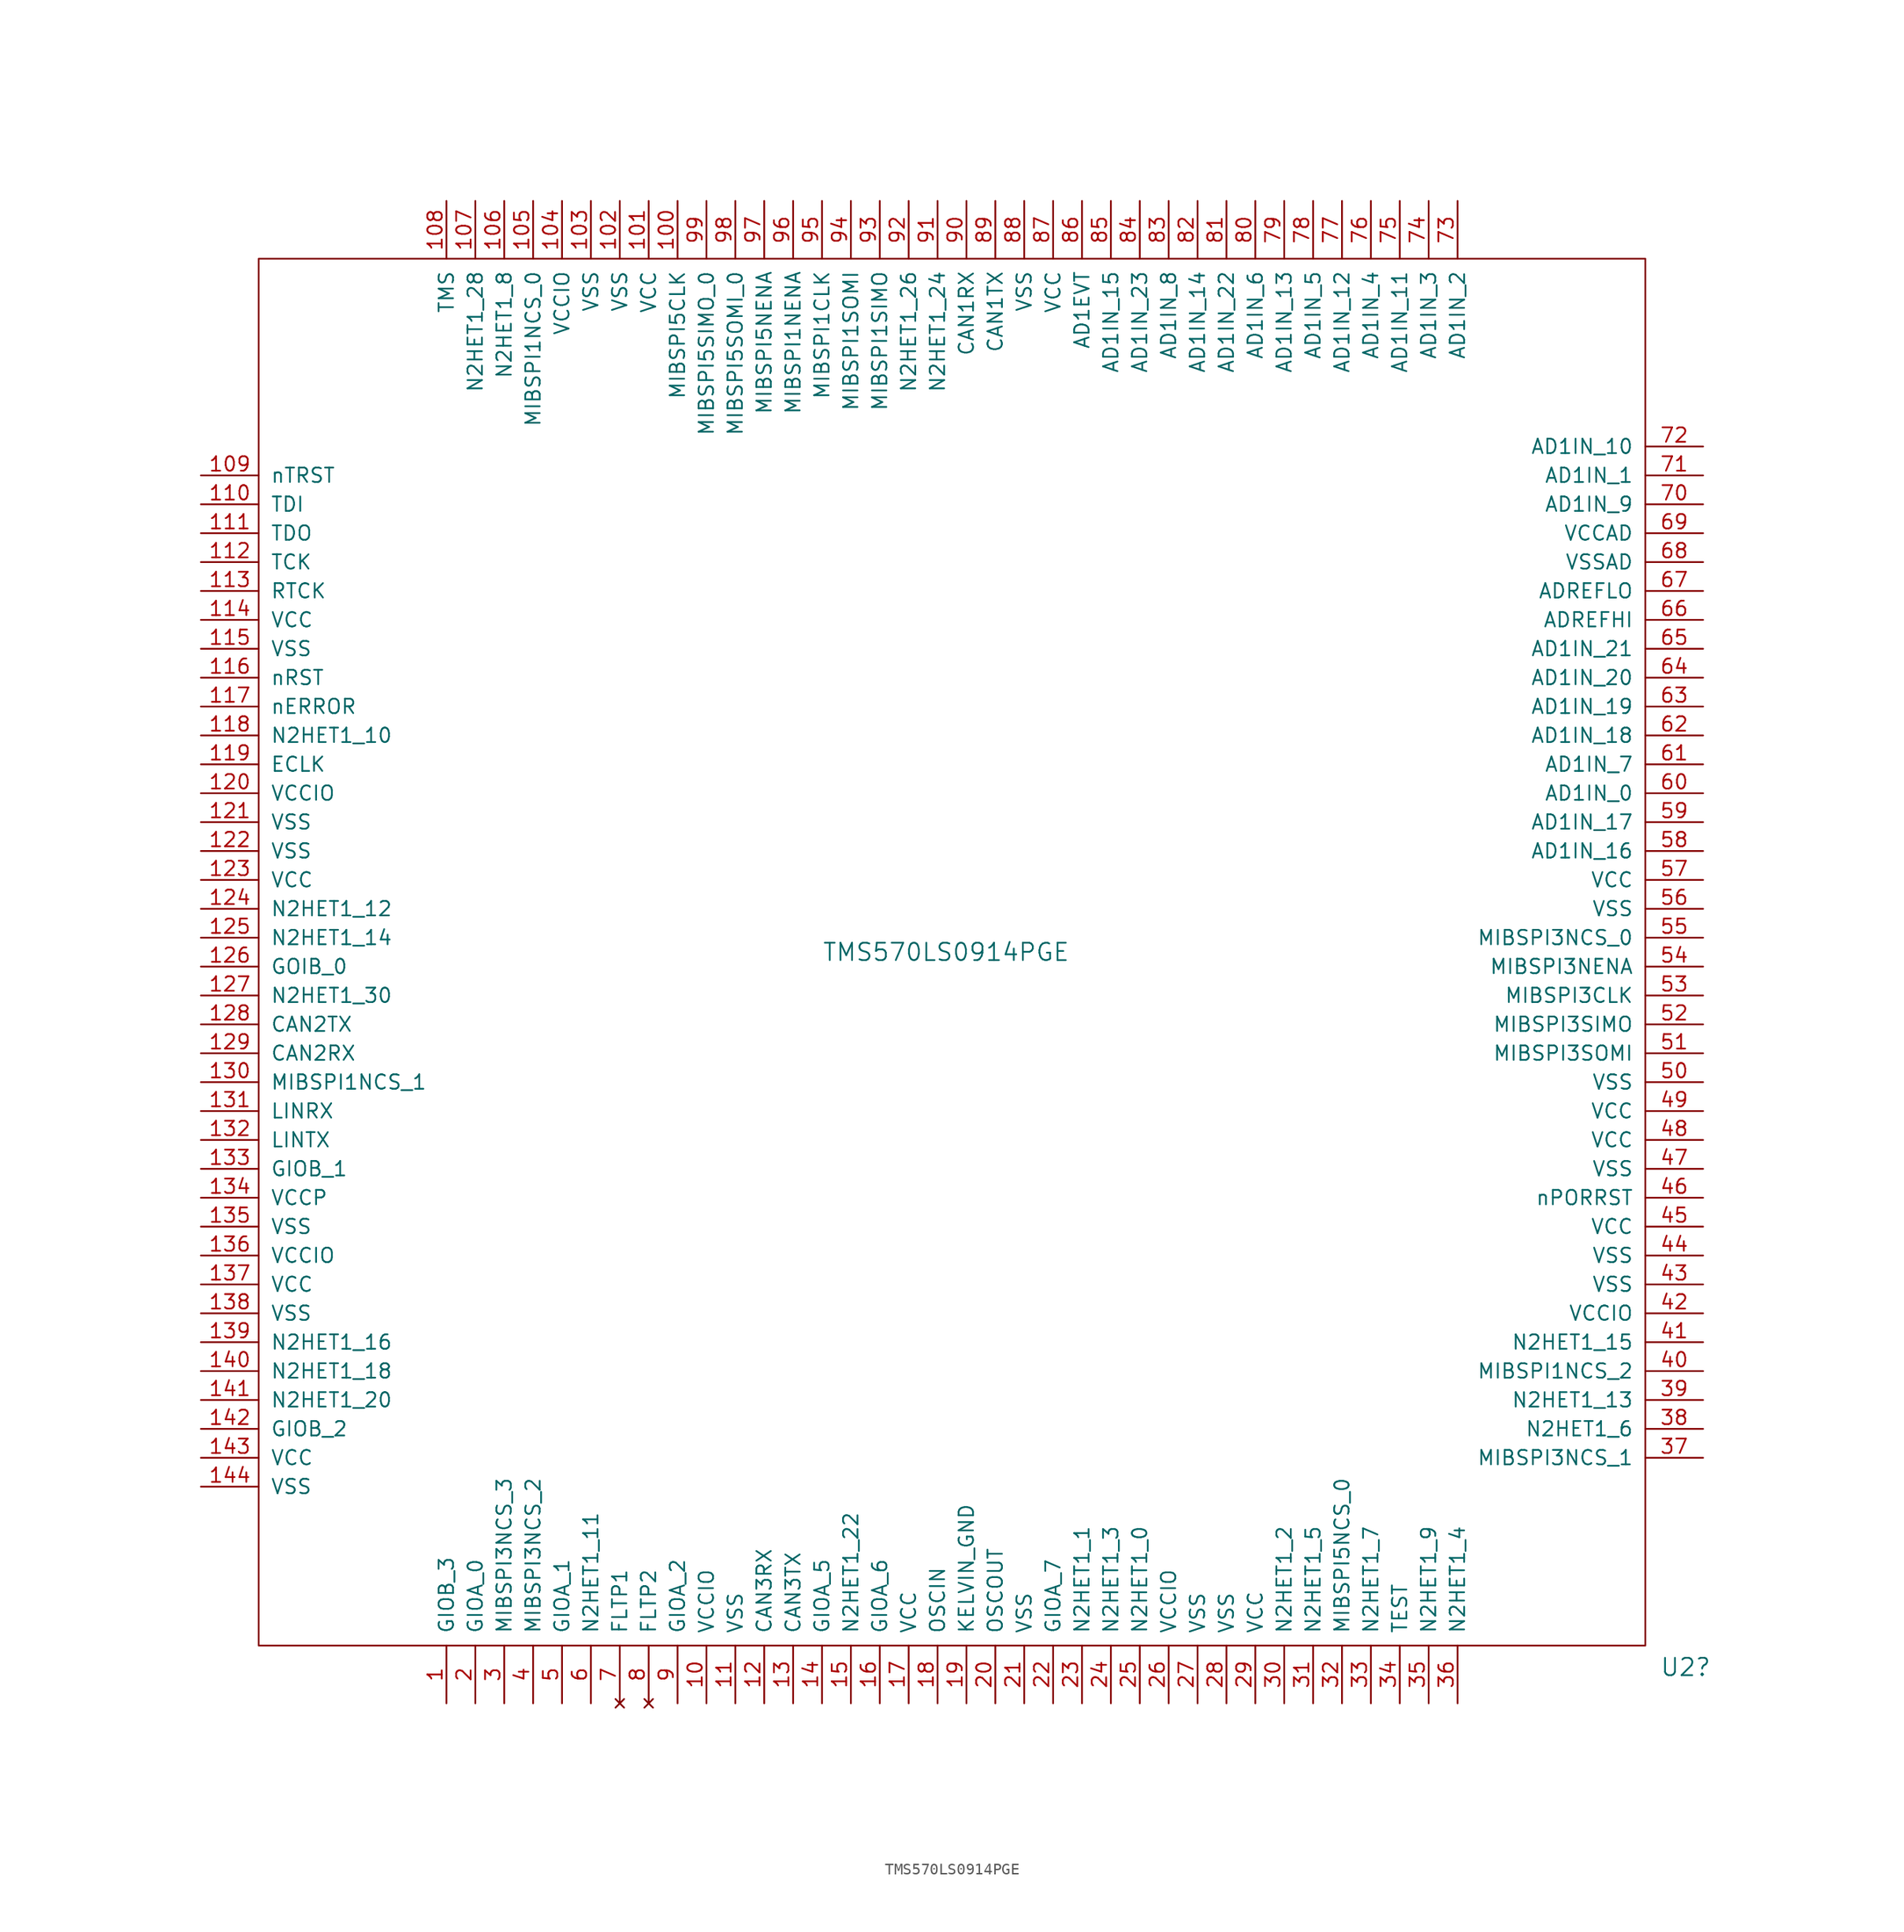
<source format=kicad_sym>
(kicad_symbol_lib
  (version 20241209)
  (generator "kicad_symbol_editor")
  (generator_version "9.0")
  (symbol "TMS570LS0914PGE"
    (pin_names
      (offset 1.016))
    (property "Reference" "U2"
      (at 62.23 -62.865 0)
      (effects (font (size 1.524 1.524)) (justify left)))
    (property "Value" "TMS570LS0914PGE"
      (at -11.43 0 0)
      (effects (font (size 1.524 1.524)) (justify left)))
    (symbol "TMS570LS0914PGE_0_1"
      (rectangle (start -60.96 -60.96) (end 60.96 60.96) (stroke (width 0) (type default)) (fill (type none))))
    (symbol "TMS570LS0914PGE_1_1"
      (pin input line (at -66.04 41.91 0) (length 5.08) (name "nTRST" (effects (font (size 1.27 1.27)))) (number "109" (effects (font (size 1.27 1.27)))))
      (pin input line (at -66.04 39.37 0) (length 5.08) (name "TDI" (effects (font (size 1.27 1.27)))) (number "110" (effects (font (size 1.27 1.27)))))
      (pin output line (at -66.04 36.83 0) (length 5.08) (name "TDO" (effects (font (size 1.27 1.27)))) (number "111" (effects (font (size 1.27 1.27)))))
      (pin input line (at -66.04 34.29 0) (length 5.08) (name "TCK" (effects (font (size 1.27 1.27)))) (number "112" (effects (font (size 1.27 1.27)))))
      (pin output line (at -66.04 31.75 0) (length 5.08) (name "RTCK" (effects (font (size 1.27 1.27)))) (number "113" (effects (font (size 1.27 1.27)))))
      (pin input line (at -66.04 29.21 0) (length 5.08) (name "VCC" (effects (font (size 1.27 1.27)))) (number "114" (effects (font (size 1.27 1.27)))))
      (pin input line (at -66.04 26.67 0) (length 5.08) (name "VSS" (effects (font (size 1.27 1.27)))) (number "115" (effects (font (size 1.27 1.27)))))
      (pin input line (at -66.04 24.13 0) (length 5.08) (name "nRST" (effects (font (size 1.27 1.27)))) (number "116" (effects (font (size 1.27 1.27)))))
      (pin open_collector line (at -66.04 21.59 0) (length 5.08) (name "nERROR" (effects (font (size 1.27 1.27)))) (number "117" (effects (font (size 1.27 1.27)))))
      (pin bidirectional line (at -66.04 19.05 0) (length 5.08) (name "N2HET1_10" (effects (font (size 1.27 1.27)))) (number "118" (effects (font (size 1.27 1.27)))))
      (pin input line (at -66.04 16.51 0) (length 5.08) (name "ECLK" (effects (font (size 1.27 1.27)))) (number "119" (effects (font (size 1.27 1.27)))))
      (pin input line (at -66.04 13.97 0) (length 5.08) (name "VCCIO" (effects (font (size 1.27 1.27)))) (number "120" (effects (font (size 1.27 1.27)))))
      (pin input line (at -66.04 11.43 0) (length 5.08) (name "VSS" (effects (font (size 1.27 1.27)))) (number "121" (effects (font (size 1.27 1.27)))))
      (pin input line (at -66.04 8.89 0) (length 5.08) (name "VSS" (effects (font (size 1.27 1.27)))) (number "122" (effects (font (size 1.27 1.27)))))
      (pin input line (at -66.04 6.35 0) (length 5.08) (name "VCC" (effects (font (size 1.27 1.27)))) (number "123" (effects (font (size 1.27 1.27)))))
      (pin bidirectional line (at -66.04 3.81 0) (length 5.08) (name "N2HET1_12" (effects (font (size 1.27 1.27)))) (number "124" (effects (font (size 1.27 1.27)))))
      (pin bidirectional line (at -66.04 1.27 0) (length 5.08) (name "N2HET1_14" (effects (font (size 1.27 1.27)))) (number "125" (effects (font (size 1.27 1.27)))))
      (pin bidirectional line (at -66.04 -1.27 0) (length 5.08) (name "GOIB_0" (effects (font (size 1.27 1.27)))) (number "126" (effects (font (size 1.27 1.27)))))
      (pin bidirectional line (at -66.04 -3.81 0) (length 5.08) (name "N2HET1_30" (effects (font (size 1.27 1.27)))) (number "127" (effects (font (size 1.27 1.27)))))
      (pin output line (at -66.04 -6.35 0) (length 5.08) (name "CAN2TX" (effects (font (size 1.27 1.27)))) (number "128" (effects (font (size 1.27 1.27)))))
      (pin input line (at -66.04 -8.89 0) (length 5.08) (name "CAN2RX" (effects (font (size 1.27 1.27)))) (number "129" (effects (font (size 1.27 1.27)))))
      (pin bidirectional line (at -66.04 -11.43 0) (length 5.08) (name "MIBSPI1NCS_1" (effects (font (size 1.27 1.27)))) (number "130" (effects (font (size 1.27 1.27)))))
      (pin input line (at -66.04 -13.97 0) (length 5.08) (name "LINRX" (effects (font (size 1.27 1.27)))) (number "131" (effects (font (size 1.27 1.27)))))
      (pin output line (at -66.04 -16.51 0) (length 5.08) (name "LINTX" (effects (font (size 1.27 1.27)))) (number "132" (effects (font (size 1.27 1.27)))))
      (pin bidirectional line (at -66.04 -19.05 0) (length 5.08) (name "GIOB_1" (effects (font (size 1.27 1.27)))) (number "133" (effects (font (size 1.27 1.27)))))
      (pin input line (at -66.04 -21.59 0) (length 5.08) (name "VCCP" (effects (font (size 1.27 1.27)))) (number "134" (effects (font (size 1.27 1.27)))))
      (pin input line (at -66.04 -24.13 0) (length 5.08) (name "VSS" (effects (font (size 1.27 1.27)))) (number "135" (effects (font (size 1.27 1.27)))))
      (pin input line (at -66.04 -26.67 0) (length 5.08) (name "VCCIO" (effects (font (size 1.27 1.27)))) (number "136" (effects (font (size 1.27 1.27)))))
      (pin input line (at -66.04 -29.21 0) (length 5.08) (name "VCC" (effects (font (size 1.27 1.27)))) (number "137" (effects (font (size 1.27 1.27)))))
      (pin input line (at -66.04 -31.75 0) (length 5.08) (name "VSS" (effects (font (size 1.27 1.27)))) (number "138" (effects (font (size 1.27 1.27)))))
      (pin bidirectional line (at -66.04 -34.29 0) (length 5.08) (name "N2HET1_16" (effects (font (size 1.27 1.27)))) (number "139" (effects (font (size 1.27 1.27)))))
      (pin bidirectional line (at -66.04 -36.83 0) (length 5.08) (name "N2HET1_18" (effects (font (size 1.27 1.27)))) (number "140" (effects (font (size 1.27 1.27)))))
      (pin bidirectional line (at -66.04 -39.37 0) (length 5.08) (name "N2HET1_20" (effects (font (size 1.27 1.27)))) (number "141" (effects (font (size 1.27 1.27)))))
      (pin bidirectional line (at -66.04 -41.91 0) (length 5.08) (name "GIOB_2" (effects (font (size 1.27 1.27)))) (number "142" (effects (font (size 1.27 1.27)))))
      (pin input line (at -66.04 -44.45 0) (length 5.08) (name "VCC" (effects (font (size 1.27 1.27)))) (number "143" (effects (font (size 1.27 1.27)))))
      (pin input line (at -66.04 -46.99 0) (length 5.08) (name "VSS" (effects (font (size 1.27 1.27)))) (number "144" (effects (font (size 1.27 1.27)))))
      (pin input line (at -44.45 66.04 270) (length 5.08) (name "TMS" (effects (font (size 1.27 1.27)))) (number "108" (effects (font (size 1.27 1.27)))))
      (pin bidirectional line (at -44.45 -66.04 90) (length 5.08) (name "GIOB_3" (effects (font (size 1.27 1.27)))) (number "1" (effects (font (size 1.27 1.27)))))
      (pin bidirectional line (at -41.91 66.04 270) (length 5.08) (name "N2HET1_28" (effects (font (size 1.27 1.27)))) (number "107" (effects (font (size 1.27 1.27)))))
      (pin bidirectional line (at -41.91 -66.04 90) (length 5.08) (name "GIOA_0" (effects (font (size 1.27 1.27)))) (number "2" (effects (font (size 1.27 1.27)))))
      (pin bidirectional line (at -39.37 66.04 270) (length 5.08) (name "N2HET1_8" (effects (font (size 1.27 1.27)))) (number "106" (effects (font (size 1.27 1.27)))))
      (pin bidirectional line (at -39.37 -66.04 90) (length 5.08) (name "MIBSPI3NCS_3" (effects (font (size 1.27 1.27)))) (number "3" (effects (font (size 1.27 1.27)))))
      (pin bidirectional line (at -36.83 66.04 270) (length 5.08) (name "MIBSPI1NCS_0" (effects (font (size 1.27 1.27)))) (number "105" (effects (font (size 1.27 1.27)))))
      (pin bidirectional line (at -36.83 -66.04 90) (length 5.08) (name "MIBSPI3NCS_2" (effects (font (size 1.27 1.27)))) (number "4" (effects (font (size 1.27 1.27)))))
      (pin input line (at -34.29 66.04 270) (length 5.08) (name "VCCIO" (effects (font (size 1.27 1.27)))) (number "104" (effects (font (size 1.27 1.27)))))
      (pin bidirectional line (at -34.29 -66.04 90) (length 5.08) (name "GIOA_1" (effects (font (size 1.27 1.27)))) (number "5" (effects (font (size 1.27 1.27)))))
      (pin input line (at -31.75 66.04 270) (length 5.08) (name "VSS" (effects (font (size 1.27 1.27)))) (number "103" (effects (font (size 1.27 1.27)))))
      (pin bidirectional line (at -31.75 -66.04 90) (length 5.08) (name "N2HET1_11" (effects (font (size 1.27 1.27)))) (number "6" (effects (font (size 1.27 1.27)))))
      (pin input line (at -29.21 66.04 270) (length 5.08) (name "VSS" (effects (font (size 1.27 1.27)))) (number "102" (effects (font (size 1.27 1.27)))))
      (pin no_connect line (at -29.21 -66.04 90) (length 5.08) (name "FLTP1" (effects (font (size 1.27 1.27)))) (number "7" (effects (font (size 1.27 1.27)))))
      (pin input line (at -26.67 66.04 270) (length 5.08) (name "VCC" (effects (font (size 1.27 1.27)))) (number "101" (effects (font (size 1.27 1.27)))))
      (pin no_connect line (at -26.67 -66.04 90) (length 5.08) (name "FLTP2" (effects (font (size 1.27 1.27)))) (number "8" (effects (font (size 1.27 1.27)))))
      (pin bidirectional line (at -24.13 66.04 270) (length 5.08) (name "MIBSPI5CLK" (effects (font (size 1.27 1.27)))) (number "100" (effects (font (size 1.27 1.27)))))
      (pin bidirectional line (at -24.13 -66.04 90) (length 5.08) (name "GIOA_2" (effects (font (size 1.27 1.27)))) (number "9" (effects (font (size 1.27 1.27)))))
      (pin bidirectional line (at -21.59 66.04 270) (length 5.08) (name "MIBSPI5SIMO_0" (effects (font (size 1.27 1.27)))) (number "99" (effects (font (size 1.27 1.27)))))
      (pin power_in line (at -21.59 -66.04 90) (length 5.08) (name "VCCIO" (effects (font (size 1.27 1.27)))) (number "10" (effects (font (size 1.27 1.27)))))
      (pin bidirectional line (at -19.05 66.04 270) (length 5.08) (name "MIBSPI5SOMI_0" (effects (font (size 1.27 1.27)))) (number "98" (effects (font (size 1.27 1.27)))))
      (pin passive line (at -19.05 -66.04 90) (length 5.08) (name "VSS" (effects (font (size 1.27 1.27)))) (number "11" (effects (font (size 1.27 1.27)))))
      (pin bidirectional line (at -16.51 66.04 270) (length 5.08) (name "MIBSPI5NENA" (effects (font (size 1.27 1.27)))) (number "97" (effects (font (size 1.27 1.27)))))
      (pin input line (at -16.51 -66.04 90) (length 5.08) (name "CAN3RX" (effects (font (size 1.27 1.27)))) (number "12" (effects (font (size 1.27 1.27)))))
      (pin bidirectional line (at -13.97 66.04 270) (length 5.08) (name "MIBSPI1NENA" (effects (font (size 1.27 1.27)))) (number "96" (effects (font (size 1.27 1.27)))))
      (pin output line (at -13.97 -66.04 90) (length 5.08) (name "CAN3TX" (effects (font (size 1.27 1.27)))) (number "13" (effects (font (size 1.27 1.27)))))
      (pin bidirectional line (at -11.43 66.04 270) (length 5.08) (name "MIBSPI1CLK" (effects (font (size 1.27 1.27)))) (number "95" (effects (font (size 1.27 1.27)))))
      (pin bidirectional line (at -11.43 -66.04 90) (length 5.08) (name "GIOA_5" (effects (font (size 1.27 1.27)))) (number "14" (effects (font (size 1.27 1.27)))))
      (pin bidirectional line (at -8.89 66.04 270) (length 5.08) (name "MIBSPI1SOMI" (effects (font (size 1.27 1.27)))) (number "94" (effects (font (size 1.27 1.27)))))
      (pin bidirectional line (at -8.89 -66.04 90) (length 5.08) (name "N2HET1_22" (effects (font (size 1.27 1.27)))) (number "15" (effects (font (size 1.27 1.27)))))
      (pin bidirectional line (at -6.35 66.04 270) (length 5.08) (name "MIBSPI1SIMO" (effects (font (size 1.27 1.27)))) (number "93" (effects (font (size 1.27 1.27)))))
      (pin bidirectional line (at -6.35 -66.04 90) (length 5.08) (name "GIOA_6" (effects (font (size 1.27 1.27)))) (number "16" (effects (font (size 1.27 1.27)))))
      (pin bidirectional line (at -3.81 66.04 270) (length 5.08) (name "N2HET1_26" (effects (font (size 1.27 1.27)))) (number "92" (effects (font (size 1.27 1.27)))))
      (pin power_in line (at -3.81 -66.04 90) (length 5.08) (name "VCC" (effects (font (size 1.27 1.27)))) (number "17" (effects (font (size 1.27 1.27)))))
      (pin bidirectional line (at -1.27 66.04 270) (length 5.08) (name "N2HET1_24" (effects (font (size 1.27 1.27)))) (number "91" (effects (font (size 1.27 1.27)))))
      (pin passive line (at -1.27 -66.04 90) (length 5.08) (name "OSCIN" (effects (font (size 1.27 1.27)))) (number "18" (effects (font (size 1.27 1.27)))))
      (pin bidirectional line (at 1.27 66.04 270) (length 5.08) (name "CAN1RX" (effects (font (size 1.27 1.27)))) (number "90" (effects (font (size 1.27 1.27)))))
      (pin passive line (at 1.27 -66.04 90) (length 5.08) (name "KELVIN_GND" (effects (font (size 1.27 1.27)))) (number "19" (effects (font (size 1.27 1.27)))))
      (pin bidirectional line (at 3.81 66.04 270) (length 5.08) (name "CAN1TX" (effects (font (size 1.27 1.27)))) (number "89" (effects (font (size 1.27 1.27)))))
      (pin passive line (at 3.81 -66.04 90) (length 5.08) (name "OSCOUT" (effects (font (size 1.27 1.27)))) (number "20" (effects (font (size 1.27 1.27)))))
      (pin power_in line (at 6.35 66.04 270) (length 5.08) (name "VSS" (effects (font (size 1.27 1.27)))) (number "88" (effects (font (size 1.27 1.27)))))
      (pin passive line (at 6.35 -66.04 90) (length 5.08) (name "VSS" (effects (font (size 1.27 1.27)))) (number "21" (effects (font (size 1.27 1.27)))))
      (pin power_in line (at 8.89 66.04 270) (length 5.08) (name "VCC" (effects (font (size 1.27 1.27)))) (number "87" (effects (font (size 1.27 1.27)))))
      (pin bidirectional line (at 8.89 -66.04 90) (length 5.08) (name "GIOA_7" (effects (font (size 1.27 1.27)))) (number "22" (effects (font (size 1.27 1.27)))))
      (pin bidirectional line (at 11.43 66.04 270) (length 5.08) (name "AD1EVT" (effects (font (size 1.27 1.27)))) (number "86" (effects (font (size 1.27 1.27)))))
      (pin bidirectional line (at 11.43 -66.04 90) (length 5.08) (name "N2HET1_1" (effects (font (size 1.27 1.27)))) (number "23" (effects (font (size 1.27 1.27)))))
      (pin bidirectional line (at 13.97 66.04 270) (length 5.08) (name "AD1IN_15" (effects (font (size 1.27 1.27)))) (number "85" (effects (font (size 1.27 1.27)))))
      (pin bidirectional line (at 13.97 -66.04 90) (length 5.08) (name "N2HET1_3" (effects (font (size 1.27 1.27)))) (number "24" (effects (font (size 1.27 1.27)))))
      (pin bidirectional line (at 16.51 66.04 270) (length 5.08) (name "AD1IN_23" (effects (font (size 1.27 1.27)))) (number "84" (effects (font (size 1.27 1.27)))))
      (pin bidirectional line (at 16.51 -66.04 90) (length 5.08) (name "N2HET1_0" (effects (font (size 1.27 1.27)))) (number "25" (effects (font (size 1.27 1.27)))))
      (pin bidirectional line (at 19.05 66.04 270) (length 5.08) (name "AD1IN_8" (effects (font (size 1.27 1.27)))) (number "83" (effects (font (size 1.27 1.27)))))
      (pin power_in line (at 19.05 -66.04 90) (length 5.08) (name "VCCIO" (effects (font (size 1.27 1.27)))) (number "26" (effects (font (size 1.27 1.27)))))
      (pin bidirectional line (at 21.59 66.04 270) (length 5.08) (name "AD1IN_14" (effects (font (size 1.27 1.27)))) (number "82" (effects (font (size 1.27 1.27)))))
      (pin passive line (at 21.59 -66.04 90) (length 5.08) (name "VSS" (effects (font (size 1.27 1.27)))) (number "27" (effects (font (size 1.27 1.27)))))
      (pin bidirectional line (at 24.13 66.04 270) (length 5.08) (name "AD1IN_22" (effects (font (size 1.27 1.27)))) (number "81" (effects (font (size 1.27 1.27)))))
      (pin passive line (at 24.13 -66.04 90) (length 5.08) (name "VSS" (effects (font (size 1.27 1.27)))) (number "28" (effects (font (size 1.27 1.27)))))
      (pin bidirectional line (at 26.67 66.04 270) (length 5.08) (name "AD1IN_6" (effects (font (size 1.27 1.27)))) (number "80" (effects (font (size 1.27 1.27)))))
      (pin power_in line (at 26.67 -66.04 90) (length 5.08) (name "VCC" (effects (font (size 1.27 1.27)))) (number "29" (effects (font (size 1.27 1.27)))))
      (pin bidirectional line (at 29.21 66.04 270) (length 5.08) (name "AD1IN_13" (effects (font (size 1.27 1.27)))) (number "79" (effects (font (size 1.27 1.27)))))
      (pin bidirectional line (at 29.21 -66.04 90) (length 5.08) (name "N2HET1_2" (effects (font (size 1.27 1.27)))) (number "30" (effects (font (size 1.27 1.27)))))
      (pin bidirectional line (at 31.75 66.04 270) (length 5.08) (name "AD1IN_5" (effects (font (size 1.27 1.27)))) (number "78" (effects (font (size 1.27 1.27)))))
      (pin bidirectional line (at 31.75 -66.04 90) (length 5.08) (name "N2HET1_5" (effects (font (size 1.27 1.27)))) (number "31" (effects (font (size 1.27 1.27)))))
      (pin bidirectional line (at 34.29 66.04 270) (length 5.08) (name "AD1IN_12" (effects (font (size 1.27 1.27)))) (number "77" (effects (font (size 1.27 1.27)))))
      (pin bidirectional line (at 34.29 -66.04 90) (length 5.08) (name "MIBSPI5NCS_0" (effects (font (size 1.27 1.27)))) (number "32" (effects (font (size 1.27 1.27)))))
      (pin bidirectional line (at 36.83 66.04 270) (length 5.08) (name "AD1IN_4" (effects (font (size 1.27 1.27)))) (number "76" (effects (font (size 1.27 1.27)))))
      (pin bidirectional line (at 36.83 -66.04 90) (length 5.08) (name "N2HET1_7" (effects (font (size 1.27 1.27)))) (number "33" (effects (font (size 1.27 1.27)))))
      (pin bidirectional line (at 39.37 66.04 270) (length 5.08) (name "AD1IN_11" (effects (font (size 1.27 1.27)))) (number "75" (effects (font (size 1.27 1.27)))))
      (pin input line (at 39.37 -66.04 90) (length 5.08) (name "TEST" (effects (font (size 1.27 1.27)))) (number "34" (effects (font (size 1.27 1.27)))))
      (pin bidirectional line (at 41.91 66.04 270) (length 5.08) (name "AD1IN_3" (effects (font (size 1.27 1.27)))) (number "74" (effects (font (size 1.27 1.27)))))
      (pin bidirectional line (at 41.91 -66.04 90) (length 5.08) (name "N2HET1_9" (effects (font (size 1.27 1.27)))) (number "35" (effects (font (size 1.27 1.27)))))
      (pin bidirectional line (at 44.45 66.04 270) (length 5.08) (name "AD1IN_2" (effects (font (size 1.27 1.27)))) (number "73" (effects (font (size 1.27 1.27)))))
      (pin bidirectional line (at 44.45 -66.04 90) (length 5.08) (name "N2HET1_4" (effects (font (size 1.27 1.27)))) (number "36" (effects (font (size 1.27 1.27)))))
      (pin bidirectional line (at 66.04 44.45 180) (length 5.08) (name "AD1IN_10" (effects (font (size 1.27 1.27)))) (number "72" (effects (font (size 1.27 1.27)))))
      (pin bidirectional line (at 66.04 41.91 180) (length 5.08) (name "AD1IN_1" (effects (font (size 1.27 1.27)))) (number "71" (effects (font (size 1.27 1.27)))))
      (pin bidirectional line (at 66.04 39.37 180) (length 5.08) (name "AD1IN_9" (effects (font (size 1.27 1.27)))) (number "70" (effects (font (size 1.27 1.27)))))
      (pin input line (at 66.04 36.83 180) (length 5.08) (name "VCCAD" (effects (font (size 1.27 1.27)))) (number "69" (effects (font (size 1.27 1.27)))))
      (pin input line (at 66.04 34.29 180) (length 5.08) (name "VSSAD" (effects (font (size 1.27 1.27)))) (number "68" (effects (font (size 1.27 1.27)))))
      (pin input line (at 66.04 31.75 180) (length 5.08) (name "ADREFLO" (effects (font (size 1.27 1.27)))) (number "67" (effects (font (size 1.27 1.27)))))
      (pin input line (at 66.04 29.21 180) (length 5.08) (name "ADREFHI" (effects (font (size 1.27 1.27)))) (number "66" (effects (font (size 1.27 1.27)))))
      (pin bidirectional line (at 66.04 26.67 180) (length 5.08) (name "AD1IN_21" (effects (font (size 1.27 1.27)))) (number "65" (effects (font (size 1.27 1.27)))))
      (pin bidirectional line (at 66.04 24.13 180) (length 5.08) (name "AD1IN_20" (effects (font (size 1.27 1.27)))) (number "64" (effects (font (size 1.27 1.27)))))
      (pin bidirectional line (at 66.04 21.59 180) (length 5.08) (name "AD1IN_19" (effects (font (size 1.27 1.27)))) (number "63" (effects (font (size 1.27 1.27)))))
      (pin bidirectional line (at 66.04 19.05 180) (length 5.08) (name "AD1IN_18" (effects (font (size 1.27 1.27)))) (number "62" (effects (font (size 1.27 1.27)))))
      (pin bidirectional line (at 66.04 16.51 180) (length 5.08) (name "AD1IN_7" (effects (font (size 1.27 1.27)))) (number "61" (effects (font (size 1.27 1.27)))))
      (pin bidirectional line (at 66.04 13.97 180) (length 5.08) (name "AD1IN_0" (effects (font (size 1.27 1.27)))) (number "60" (effects (font (size 1.27 1.27)))))
      (pin bidirectional line (at 66.04 11.43 180) (length 5.08) (name "AD1IN_17" (effects (font (size 1.27 1.27)))) (number "59" (effects (font (size 1.27 1.27)))))
      (pin bidirectional line (at 66.04 8.89 180) (length 5.08) (name "AD1IN_16" (effects (font (size 1.27 1.27)))) (number "58" (effects (font (size 1.27 1.27)))))
      (pin input line (at 66.04 6.35 180) (length 5.08) (name "VCC" (effects (font (size 1.27 1.27)))) (number "57" (effects (font (size 1.27 1.27)))))
      (pin input line (at 66.04 3.81 180) (length 5.08) (name "VSS" (effects (font (size 1.27 1.27)))) (number "56" (effects (font (size 1.27 1.27)))))
      (pin bidirectional line (at 66.04 1.27 180) (length 5.08) (name "MIBSPI3NCS_0" (effects (font (size 1.27 1.27)))) (number "55" (effects (font (size 1.27 1.27)))))
      (pin bidirectional line (at 66.04 -1.27 180) (length 5.08) (name "MIBSPI3NENA" (effects (font (size 1.27 1.27)))) (number "54" (effects (font (size 1.27 1.27)))))
      (pin bidirectional line (at 66.04 -3.81 180) (length 5.08) (name "MIBSPI3CLK" (effects (font (size 1.27 1.27)))) (number "53" (effects (font (size 1.27 1.27)))))
      (pin bidirectional line (at 66.04 -6.35 180) (length 5.08) (name "MIBSPI3SIMO" (effects (font (size 1.27 1.27)))) (number "52" (effects (font (size 1.27 1.27)))))
      (pin bidirectional line (at 66.04 -8.89 180) (length 5.08) (name "MIBSPI3SOMI" (effects (font (size 1.27 1.27)))) (number "51" (effects (font (size 1.27 1.27)))))
      (pin input line (at 66.04 -11.43 180) (length 5.08) (name "VSS" (effects (font (size 1.27 1.27)))) (number "50" (effects (font (size 1.27 1.27)))))
      (pin input line (at 66.04 -13.97 180) (length 5.08) (name "VCC" (effects (font (size 1.27 1.27)))) (number "49" (effects (font (size 1.27 1.27)))))
      (pin input line (at 66.04 -16.51 180) (length 5.08) (name "VCC" (effects (font (size 1.27 1.27)))) (number "48" (effects (font (size 1.27 1.27)))))
      (pin input line (at 66.04 -19.05 180) (length 5.08) (name "VSS" (effects (font (size 1.27 1.27)))) (number "47" (effects (font (size 1.27 1.27)))))
      (pin input line (at 66.04 -21.59 180) (length 5.08) (name "nPORRST" (effects (font (size 1.27 1.27)))) (number "46" (effects (font (size 1.27 1.27)))))
      (pin input line (at 66.04 -24.13 180) (length 5.08) (name "VCC" (effects (font (size 1.27 1.27)))) (number "45" (effects (font (size 1.27 1.27)))))
      (pin input line (at 66.04 -26.67 180) (length 5.08) (name "VSS" (effects (font (size 1.27 1.27)))) (number "44" (effects (font (size 1.27 1.27)))))
      (pin input line (at 66.04 -29.21 180) (length 5.08) (name "VSS" (effects (font (size 1.27 1.27)))) (number "43" (effects (font (size 1.27 1.27)))))
      (pin power_in line (at 66.04 -31.75 180) (length 5.08) (name "VCCIO" (effects (font (size 1.27 1.27)))) (number "42" (effects (font (size 1.27 1.27)))))
      (pin bidirectional line (at 66.04 -34.29 180) (length 5.08) (name "N2HET1_15" (effects (font (size 1.27 1.27)))) (number "41" (effects (font (size 1.27 1.27)))))
      (pin bidirectional line (at 66.04 -36.83 180) (length 5.08) (name "MIBSPI1NCS_2" (effects (font (size 1.27 1.27)))) (number "40" (effects (font (size 1.27 1.27)))))
      (pin bidirectional line (at 66.04 -39.37 180) (length 5.08) (name "N2HET1_13" (effects (font (size 1.27 1.27)))) (number "39" (effects (font (size 1.27 1.27)))))
      (pin bidirectional line (at 66.04 -41.91 180) (length 5.08) (name "N2HET1_6" (effects (font (size 1.27 1.27)))) (number "38" (effects (font (size 1.27 1.27)))))
      (pin bidirectional line (at 66.04 -44.45 180) (length 5.08) (name "MIBSPI3NCS_1" (effects (font (size 1.27 1.27)))) (number "37" (effects (font (size 1.27 1.27))))))))
</source>
